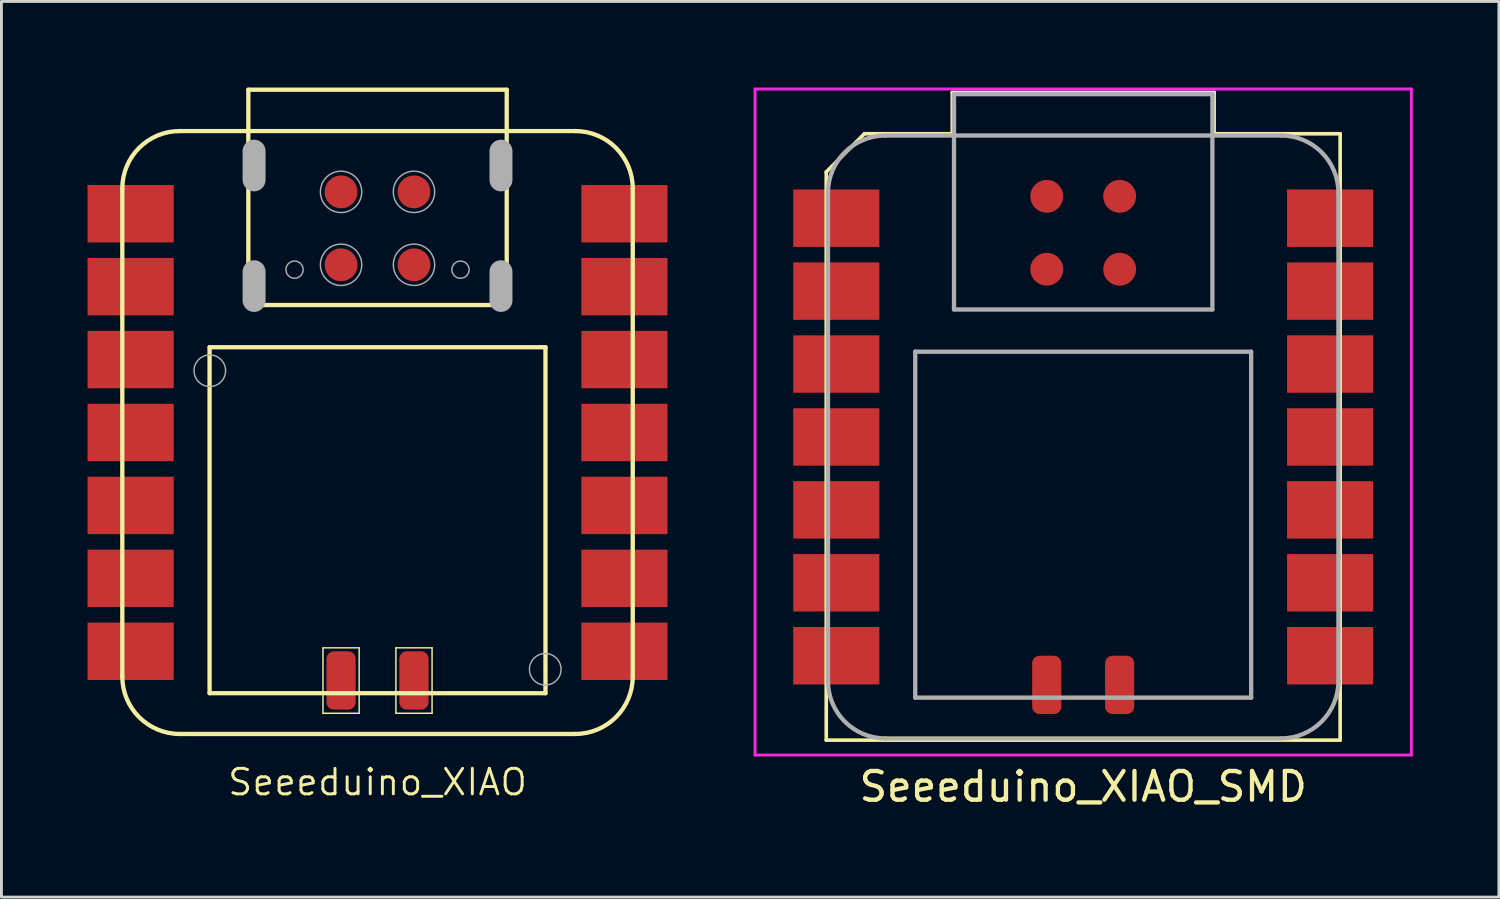
<source format=kicad_pcb>
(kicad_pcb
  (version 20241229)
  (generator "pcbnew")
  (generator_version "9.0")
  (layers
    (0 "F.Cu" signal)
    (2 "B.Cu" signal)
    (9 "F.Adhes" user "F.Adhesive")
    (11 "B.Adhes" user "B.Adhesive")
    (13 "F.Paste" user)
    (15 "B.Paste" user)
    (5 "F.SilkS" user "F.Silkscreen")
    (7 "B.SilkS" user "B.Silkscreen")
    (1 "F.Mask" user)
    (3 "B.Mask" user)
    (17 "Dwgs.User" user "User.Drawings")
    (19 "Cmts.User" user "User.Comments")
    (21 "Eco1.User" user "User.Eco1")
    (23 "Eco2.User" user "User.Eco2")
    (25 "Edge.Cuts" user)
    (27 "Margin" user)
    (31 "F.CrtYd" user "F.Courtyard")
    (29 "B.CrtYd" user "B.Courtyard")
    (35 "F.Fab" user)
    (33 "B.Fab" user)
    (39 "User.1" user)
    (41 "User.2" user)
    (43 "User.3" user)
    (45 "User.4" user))
  (footprint "Seeeduino_XIAO_SMD"
    (layer "F.Cu")
    (at 34.68 12.17)
    (property "Reference" "Seeeduino_XIAO_SMD" (at 0 12.18 0) (layer "F.SilkS") (effects (font (size 1 1) (thickness 0.15))))
    (attr smd)
    (fp_line (start -8.95 -9.23) (end -8.95 10.56) (stroke (width 0.127) (type solid)) (layer "F.SilkS"))
    (fp_line (start -8.95 10.56) (end 8.95 10.56) (stroke (width 0.127) (type solid)) (layer "F.SilkS"))
    (fp_line (start -7.62 -10.56) (end -8.95 -9.23) (stroke (width 0.127) (type solid)) (layer "F.SilkS"))
    (fp_line (start -4.56 -12) (end -4.56 -10.56) (stroke (width 0.127) (type solid)) (layer "F.SilkS"))
    (fp_line (start -4.56 -10.56) (end -7.62 -10.56) (stroke (width 0.127) (type solid)) (layer "F.SilkS"))
    (fp_line (start 4.56 -12) (end -4.56 -12) (stroke (width 0.127) (type solid)) (layer "F.SilkS"))
    (fp_line (start 4.56 -10.56) (end 4.56 -12) (stroke (width 0.127) (type solid)) (layer "F.SilkS"))
    (fp_line (start 8.95 -10.56) (end 4.56 -10.56) (stroke (width 0.127) (type solid)) (layer "F.SilkS"))
    (fp_line (start 8.95 10.56) (end 8.95 -10.56) (stroke (width 0.127) (type solid)) (layer "F.SilkS"))
    (fp_line (start -11.43 -12.12) (end 11.43 -12.12) (stroke (width 0.1) (type solid)) (layer "F.CrtYd"))
    (fp_line (start -11.43 11.08) (end -11.43 -12.12) (stroke (width 0.1) (type solid)) (layer "F.CrtYd"))
    (fp_line (start -11.43 11.08) (end 11.43 11.08) (stroke (width 0.1) (type solid)) (layer "F.CrtYd"))
    (fp_line (start 11.43 11.08) (end 11.43 -12.12) (stroke (width 0.1) (type solid)) (layer "F.CrtYd"))
    (fp_line (start -8.89 -8.5) (end -8.89 8.5) (stroke (width 0.15) (type solid)) (layer "F.Fab"))
    (fp_line (start -6.89 10.5) (end 6.89 10.5) (stroke (width 0.15) (type solid)) (layer "F.Fab"))
    (fp_line (start -5.85 -2.97) (end 5.85 -2.97) (stroke (width 0.15) (type solid)) (layer "F.Fab"))
    (fp_line (start -5.85 9.08) (end -5.85 -2.97) (stroke (width 0.15) (type solid)) (layer "F.Fab"))
    (fp_line (start -4.5 -11.94) (end 4.5 -11.94) (stroke (width 0.15) (type solid)) (layer "F.Fab"))
    (fp_line (start -4.5 -4.44) (end -4.5 -11.94) (stroke (width 0.15) (type solid)) (layer "F.Fab"))
    (fp_line (start 4.5 -11.94) (end 4.5 -4.44) (stroke (width 0.15) (type solid)) (layer "F.Fab"))
    (fp_line (start 4.5 -4.44) (end -4.5 -4.44) (stroke (width 0.15) (type solid)) (layer "F.Fab"))
    (fp_line (start 5.85 -2.97) (end 5.85 9.08) (stroke (width 0.15) (type solid)) (layer "F.Fab"))
    (fp_line (start 5.85 9.08) (end -5.85 9.08) (stroke (width 0.15) (type solid)) (layer "F.Fab"))
    (fp_line (start 6.89 -10.5) (end -6.89 -10.5) (stroke (width 0.15) (type solid)) (layer "F.Fab"))
    (fp_line (start 8.89 8.5) (end 8.89 -8.5) (stroke (width 0.15) (type solid)) (layer "F.Fab"))
    (fp_arc (start -8.89 -8.5) (mid -8.304214 -9.914214) (end -6.89 -10.5) (stroke (width 0.15) (type solid)) (layer "F.Fab"))
    (fp_arc (start -6.89 10.5) (mid -8.304214 9.914214) (end -8.89 8.5) (stroke (width 0.15) (type solid)) (layer "F.Fab"))
    (fp_arc (start 6.89 -10.5) (mid 8.304214 -9.914214) (end 8.89 -8.5) (stroke (width 0.15) (type solid)) (layer "F.Fab"))
    (fp_arc (start 8.89 8.5) (mid 8.304214 9.914214) (end 6.89 10.5) (stroke (width 0.15) (type solid)) (layer "F.Fab"))
    (pad "1" smd rect (at -8.6 -7.62) (size 3 2) (layers "F.Cu" "F.Mask" "F.Paste"))
    (pad "2" smd rect (at -8.6 -5.08) (size 3 2) (layers "F.Cu" "F.Mask" "F.Paste"))
    (pad "3" smd rect (at -8.6 -2.54) (size 3 2) (layers "F.Cu" "F.Mask" "F.Paste"))
    (pad "4" smd rect (at -8.6 0) (size 3 2) (layers "F.Cu" "F.Mask" "F.Paste"))
    (pad "5" smd rect (at -8.6 2.54) (size 3 2) (layers "F.Cu" "F.Mask" "F.Paste"))
    (pad "6" smd rect (at -8.6 5.08) (size 3 2) (layers "F.Cu" "F.Mask" "F.Paste"))
    (pad "7" smd rect (at -8.6 7.62) (size 3 2) (layers "F.Cu" "F.Mask" "F.Paste"))
    (pad "8" smd rect (at 8.6 7.62) (size 3 2) (layers "F.Cu" "F.Mask" "F.Paste"))
    (pad "9" smd rect (at 8.6 5.08) (size 3 2) (layers "F.Cu" "F.Mask" "F.Paste"))
    (pad "10" smd rect (at 8.6 2.54) (size 3 2) (layers "F.Cu" "F.Mask" "F.Paste"))
    (pad "11" smd rect (at 8.6 0) (size 3 2) (layers "F.Cu" "F.Mask" "F.Paste"))
    (pad "12" smd rect (at 8.6 -2.54) (size 3 2) (layers "F.Cu" "F.Mask" "F.Paste"))
    (pad "13" smd rect (at 8.6 -5.08) (size 3 2) (layers "F.Cu" "F.Mask" "F.Paste"))
    (pad "14" smd rect (at 8.6 -7.62) (size 3 2) (layers "F.Cu" "F.Mask" "F.Paste"))
    (pad "15" smd roundrect (at -1.27 8.636 90) (size 2.032 1.016) (layers "F.Cu" "F.Mask" "F.Paste") (roundrect_rratio 0.25))
    (pad "16" smd roundrect (at 1.27 8.636 90) (size 2.032 1.016) (layers "F.Cu" "F.Mask" "F.Paste") (roundrect_rratio 0.25))
    (pad "17" smd circle (at -1.27 -8.382 90) (size 1.143 1.143) (layers "F.Cu" "F.Mask" "F.Paste"))
    (pad "18" smd circle (at 1.27 -8.382 90) (size 1.143 1.143) (layers "F.Cu" "F.Mask" "F.Paste"))
    (pad "19" smd circle (at -1.27 -5.842 90) (size 1.143 1.143) (layers "F.Cu" "F.Mask" "F.Paste"))
    (pad "20" smd circle (at 1.27 -5.842 90) (size 1.143 1.143) (layers "F.Cu" "F.Mask" "F.Paste")))
  (footprint "Seeeduino_XIAO"
    (layer "F.Cu")
    (at 10.1 12.015)
    (property "Reference" "Seeeduino_XIAO" (at 0 12.18 0) (layer "F.SilkS") (effects (font (size 0.889 0.889) (thickness 0.102))))
    (attr smd)
    (fp_line (start -8.89 -8.5) (end -8.89 8.5) (stroke (width 0.15) (type solid)) (layer "F.SilkS"))
    (fp_line (start -6.89 10.5) (end 6.89 10.5) (stroke (width 0.15) (type solid)) (layer "F.SilkS"))
    (fp_line (start -5.85 -2.97) (end 5.85 -2.97) (stroke (width 0.15) (type solid)) (layer "F.SilkS"))
    (fp_line (start -5.85 9.08) (end -5.85 -2.97) (stroke (width 0.15) (type solid)) (layer "F.SilkS"))
    (fp_line (start -4.5 -11.94) (end 4.5 -11.94) (stroke (width 0.15) (type solid)) (layer "F.SilkS"))
    (fp_line (start -4.5 -4.44) (end -4.5 -11.94) (stroke (width 0.15) (type solid)) (layer "F.SilkS"))
    (fp_line (start -1.9 7.5) (end -0.64 7.5) (stroke (width 0.05) (type solid)) (layer "F.SilkS"))
    (fp_line (start -1.9 9.78) (end -1.9 7.5) (stroke (width 0.05) (type solid)) (layer "F.SilkS"))
    (fp_line (start -0.64 7.5) (end -0.64 9.78) (stroke (width 0.05) (type solid)) (layer "F.SilkS"))
    (fp_line (start -0.64 9.78) (end -1.9 9.78) (stroke (width 0.05) (type solid)) (layer "F.SilkS"))
    (fp_line (start 0.64 7.5) (end 1.9 7.5) (stroke (width 0.05) (type solid)) (layer "F.SilkS"))
    (fp_line (start 0.64 9.78) (end 0.64 7.5) (stroke (width 0.05) (type solid)) (layer "F.SilkS"))
    (fp_line (start 1.9 7.5) (end 1.9 9.78) (stroke (width 0.05) (type solid)) (layer "F.SilkS"))
    (fp_line (start 1.9 9.78) (end 0.64 9.78) (stroke (width 0.05) (type solid)) (layer "F.SilkS"))
    (fp_line (start 4.5 -11.94) (end 4.5 -4.44) (stroke (width 0.15) (type solid)) (layer "F.SilkS"))
    (fp_line (start 4.5 -4.44) (end -4.5 -4.44) (stroke (width 0.15) (type solid)) (layer "F.SilkS"))
    (fp_line (start 5.85 -2.97) (end 5.85 9.08) (stroke (width 0.15) (type solid)) (layer "F.SilkS"))
    (fp_line (start 5.85 9.08) (end -5.85 9.08) (stroke (width 0.15) (type solid)) (layer "F.SilkS"))
    (fp_line (start 6.89 -10.5) (end -6.89 -10.5) (stroke (width 0.15) (type solid)) (layer "F.SilkS"))
    (fp_line (start 8.89 8.5) (end 8.89 -8.5) (stroke (width 0.15) (type solid)) (layer "F.SilkS"))
    (fp_arc (start -8.89 -8.5) (mid -8.304214 -9.914214) (end -6.89 -10.5) (stroke (width 0.15) (type solid)) (layer "F.SilkS"))
    (fp_arc (start -6.89 10.5) (mid -8.304214 9.914214) (end -8.89 8.5) (stroke (width 0.15) (type solid)) (layer "F.SilkS"))
    (fp_arc (start 6.89 -10.5) (mid 8.304214 -9.914214) (end 8.89 -8.5) (stroke (width 0.15) (type solid)) (layer "F.SilkS"))
    (fp_arc (start 8.89 8.5) (mid 8.304214 9.914214) (end 6.89 10.5) (stroke (width 0.15) (type solid)) (layer "F.SilkS"))
    (fp_line (start -4.3 -8.8) (end -4.3 -9.8) (stroke (width 0.8) (type solid)) (layer "F.Fab"))
    (fp_line (start -4.3 -4.6) (end -4.3 -5.6) (stroke (width 0.8) (type solid)) (layer "F.Fab"))
    (fp_line (start 4.3 -9.8) (end 4.3 -8.8) (stroke (width 0.8) (type solid)) (layer "F.Fab"))
    (fp_line (start 4.3 -5.6) (end 4.3 -4.6) (stroke (width 0.8) (type solid)) (layer "F.Fab"))
    (fp_circle (center -5.842 -2.152) (end -5.292 -2.152) (stroke (width 0.05) (type solid)) (fill no) (layer "F.Fab"))
    (fp_circle (center -2.89 -5.672) (end -2.59 -5.672) (stroke (width 0.05) (type solid)) (fill no) (layer "F.Fab"))
    (fp_circle (center -1.27 -8.382) (end -0.55 -8.382) (stroke (width 0.05) (type solid)) (fill no) (layer "F.Fab"))
    (fp_circle (center -1.27 -5.842) (end -0.55 -5.842) (stroke (width 0.05) (type solid)) (fill no) (layer "F.Fab"))
    (fp_circle (center 1.27 -8.382) (end 1.99 -8.382) (stroke (width 0.05) (type solid)) (fill no) (layer "F.Fab"))
    (fp_circle (center 1.27 -5.842) (end 1.99 -5.842) (stroke (width 0.05) (type solid)) (fill no) (layer "F.Fab"))
    (fp_circle (center 2.89 -5.672) (end 3.19 -5.672) (stroke (width 0.05) (type solid)) (fill no) (layer "F.Fab"))
    (fp_circle (center 5.842 8.248) (end 6.392 8.248) (stroke (width 0.05) (type solid)) (fill no) (layer "F.Fab"))
    (pad "1" smd rect (at -8.6 -7.62) (size 3 2) (layers "F.Cu" "F.Mask" "F.Paste"))
    (pad "2" smd rect (at -8.6 -5.08) (size 3 2) (layers "F.Cu" "F.Mask" "F.Paste"))
    (pad "3" smd rect (at -8.6 -2.54) (size 3 2) (layers "F.Cu" "F.Mask" "F.Paste"))
    (pad "4" smd rect (at -8.6 0) (size 3 2) (layers "F.Cu" "F.Mask" "F.Paste"))
    (pad "5" smd rect (at -8.6 2.54) (size 3 2) (layers "F.Cu" "F.Mask" "F.Paste"))
    (pad "6" smd rect (at -8.6 5.08) (size 3 2) (layers "F.Cu" "F.Mask" "F.Paste"))
    (pad "7" smd rect (at -8.6 7.62) (size 3 2) (layers "F.Cu" "F.Mask" "F.Paste"))
    (pad "8" smd rect (at 8.6 7.62) (size 3 2) (layers "F.Cu" "F.Mask" "F.Paste"))
    (pad "9" smd rect (at 8.6 5.08) (size 3 2) (layers "F.Cu" "F.Mask" "F.Paste"))
    (pad "10" smd rect (at 8.6 2.54) (size 3 2) (layers "F.Cu" "F.Mask" "F.Paste"))
    (pad "11" smd rect (at 8.6 0) (size 3 2) (layers "F.Cu" "F.Mask" "F.Paste"))
    (pad "12" smd rect (at 8.6 -2.54) (size 3 2) (layers "F.Cu" "F.Mask" "F.Paste"))
    (pad "13" smd rect (at 8.6 -5.08) (size 3 2) (layers "F.Cu" "F.Mask" "F.Paste"))
    (pad "14" smd rect (at 8.6 -7.62) (size 3 2) (layers "F.Cu" "F.Mask" "F.Paste"))
    (pad "15" smd roundrect (at -1.27 8.636 90) (size 2.032 1.016) (layers "F.Cu" "F.Mask" "F.Paste") (roundrect_rratio 0.25))
    (pad "16" smd roundrect (at 1.27 8.636 90) (size 2.032 1.016) (layers "F.Cu" "F.Mask" "F.Paste") (roundrect_rratio 0.25))
    (pad "17" smd circle (at -1.27 -8.382 90) (size 1.143 1.143) (layers "F.Cu" "F.Mask" "F.Paste"))
    (pad "18" smd circle (at 1.27 -8.382 90) (size 1.143 1.143) (layers "F.Cu" "F.Mask" "F.Paste"))
    (pad "19" smd circle (at -1.27 -5.842 90) (size 1.143 1.143) (layers "F.Cu" "F.Mask" "F.Paste"))
    (pad "20" smd circle (at 1.27 -5.842 90) (size 1.143 1.143) (layers "F.Cu" "F.Mask" "F.Paste")))
  (gr_rect
    (start -3 -3)
    (end 49.16 28.198)
    (stroke (width 0.1) (type default))
    (fill no)
    (layer "Edge.Cuts")))
</source>
